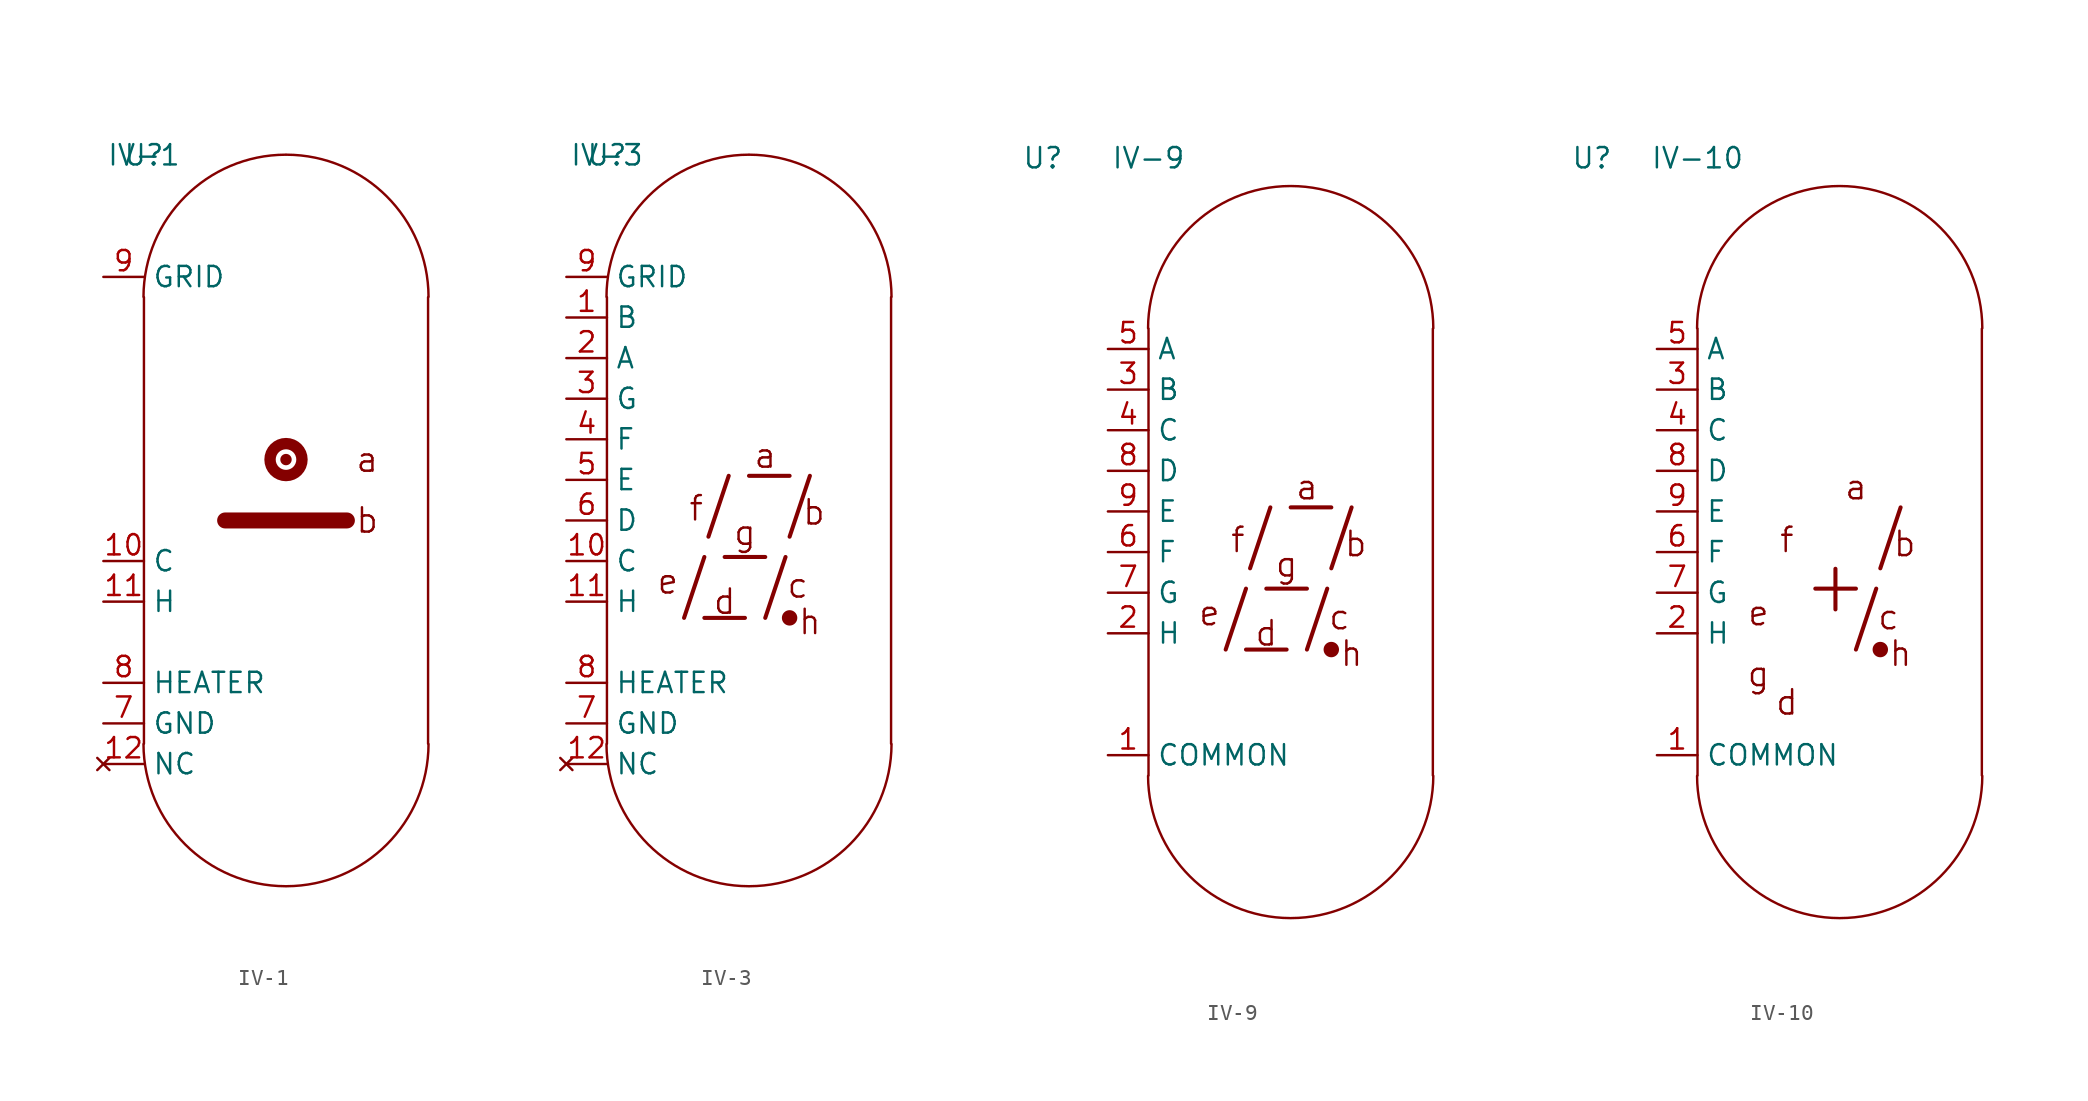
<source format=kicad_sym>
(kicad_symbol_lib
  (version 20231120)
  (generator "kicad_symbol_editor")
  (generator_version "8.0")
  (symbol "IV-1"
    (property "Reference" "U"
      (at 0 0 0)
      (effects (font (size 1.27 1.27))))
    (property "Value" "IV-1"
      (at 0 0 0)
      (effects (font (size 1.27 1.27))))
    (symbol "IV-1_0_0"
      (polyline (pts (xy 5.08 -22.86) (xy 12.7 -22.86)) (stroke (width 1) (type default)) (fill (type none)))
      (text "a" (at 13.97 -19.05 0) (effects (font (size 1.524 1.524))))
      (text "b" (at 13.97 -22.86 0) (effects (font (size 1.524 1.524))))
      (pin passive line (at -2.54 -25.4 0) (length 2.54) (name "C" (effects (font (size 1.27 1.27)))) (number "10" (effects (font (size 1.27 1.27)))))
      (pin passive line (at -2.54 -27.94 0) (length 2.54) (name "H" (effects (font (size 1.27 1.27)))) (number "11" (effects (font (size 1.27 1.27)))))
      (pin no_connect line (at -2.54 -38.1 0) (length 2.54) (name "NC" (effects (font (size 1.27 1.27)))) (number "12" (effects (font (size 1.27 1.27)))))
      (pin passive line (at -2.54 -35.56 0) (length 2.54) (name "GND" (effects (font (size 1.27 1.27)))) (number "7" (effects (font (size 1.27 1.27)))))
      (pin passive line (at -2.54 -33.02 0) (length 2.54) (name "HEATER" (effects (font (size 1.27 1.27)))) (number "8" (effects (font (size 1.27 1.27)))))
      (pin passive line (at -2.54 -7.62 0) (length 2.54) (name "GRID" (effects (font (size 1.27 1.27)))) (number "9" (effects (font (size 1.27 1.27))))))
    (symbol "IV-1_0_1"
      (arc (start -0.0281 -36.8581) (mid 2.5839 -43.136) (end 8.8619 -45.7481) (stroke (width 0.1524) (type default)) (fill (type none)))
      (polyline (pts (xy 0 -8.89) (xy 0 -36.83)) (stroke (width 0.152) (type default)) (fill (type none)))
      (polyline (pts (xy 17.78 -8.89) (xy 17.78 -36.83)) (stroke (width 0.152) (type default)) (fill (type none)))
      (arc (start 8.8619 0.0281) (mid 2.5839 -2.5839) (end -0.0281 -8.8619) (stroke (width 0.1524) (type default)) (fill (type none)))
      (circle (center 8.89 -19.05) (radius 0.356) (stroke (width 2) (type default)) (fill (type outline)))
      (arc (start 8.9181 -45.7481) (mid 15.1961 -43.1361) (end 17.8081 -36.8581) (stroke (width 0.1524) (type default)) (fill (type none)))
      (arc (start 17.8081 -8.8619) (mid 15.1961 -2.5839) (end 8.9181 0.0281) (stroke (width 0.1524) (type default)) (fill (type none)))))
  (symbol "IV-3"
    (property "Reference" "U"
      (at 0 0 0)
      (effects (font (size 1.27 1.27))))
    (property "Value" "IV-3"
      (at 0 0 0)
      (effects (font (size 1.27 1.27))))
    (symbol "IV-3_0_0"
      (polyline (pts (xy 4.826 -28.956) (xy 6.096 -25.146)) (stroke (width 0.254) (type default)) (fill (type none)))
      (polyline (pts (xy 6.096 -28.956) (xy 8.636 -28.956)) (stroke (width 0.254) (type default)) (fill (type none)))
      (polyline (pts (xy 6.35 -23.876) (xy 7.62 -20.066)) (stroke (width 0.254) (type default)) (fill (type none)))
      (polyline (pts (xy 7.366 -25.146) (xy 9.906 -25.146)) (stroke (width 0.254) (type default)) (fill (type none)))
      (polyline (pts (xy 8.89 -20.066) (xy 11.43 -20.066)) (stroke (width 0.254) (type default)) (fill (type none)))
      (polyline (pts (xy 9.906 -28.956) (xy 11.176 -25.146)) (stroke (width 0.254) (type default)) (fill (type none)))
      (polyline (pts (xy 11.43 -23.876) (xy 12.7 -20.066)) (stroke (width 0.254) (type default)) (fill (type none)))
      (text "a" (at 9.906 -18.796 0) (effects (font (size 1.524 1.524))))
      (text "b" (at 12.954 -22.352 0) (effects (font (size 1.524 1.524))))
      (text "c" (at 11.938 -26.924 0) (effects (font (size 1.524 1.524))))
      (text "d" (at 7.366 -27.94 0) (effects (font (size 1.524 1.524))))
      (text "e" (at 3.81 -26.67 0) (effects (font (size 1.524 1.524))))
      (text "f" (at 5.588 -22.098 0) (effects (font (size 1.524 1.524))))
      (text "g" (at 8.636 -23.622 0) (effects (font (size 1.524 1.524))))
      (text "h" (at 12.7 -29.21 0) (effects (font (size 1.524 1.524))))
      (pin passive line (at -2.54 -25.4 0) (length 2.54) (name "C" (effects (font (size 1.27 1.27)))) (number "10" (effects (font (size 1.27 1.27)))))
      (pin passive line (at -2.54 -27.94 0) (length 2.54) (name "H" (effects (font (size 1.27 1.27)))) (number "11" (effects (font (size 1.27 1.27)))))
      (pin no_connect line (at -2.54 -38.1 0) (length 2.54) (name "NC" (effects (font (size 1.27 1.27)))) (number "12" (effects (font (size 1.27 1.27)))))
      (pin passive line (at -2.54 -12.7 0) (length 2.54) (name "A" (effects (font (size 1.27 1.27)))) (number "2" (effects (font (size 1.27 1.27)))))
      (pin passive line (at -2.54 -15.24 0) (length 2.54) (name "G" (effects (font (size 1.27 1.27)))) (number "3" (effects (font (size 1.27 1.27)))))
      (pin passive line (at -2.54 -17.78 0) (length 2.54) (name "F" (effects (font (size 1.27 1.27)))) (number "4" (effects (font (size 1.27 1.27)))))
      (pin passive line (at -2.54 -20.32 0) (length 2.54) (name "E" (effects (font (size 1.27 1.27)))) (number "5" (effects (font (size 1.27 1.27)))))
      (pin passive line (at -2.54 -22.86 0) (length 2.54) (name "D" (effects (font (size 1.27 1.27)))) (number "6" (effects (font (size 1.27 1.27)))))
      (pin passive line (at -2.54 -35.56 0) (length 2.54) (name "GND" (effects (font (size 1.27 1.27)))) (number "7" (effects (font (size 1.27 1.27)))))
      (pin passive line (at -2.54 -33.02 0) (length 2.54) (name "HEATER" (effects (font (size 1.27 1.27)))) (number "8" (effects (font (size 1.27 1.27)))))
      (pin passive line (at -2.54 -7.62 0) (length 2.54) (name "GRID" (effects (font (size 1.27 1.27)))) (number "9" (effects (font (size 1.27 1.27))))))
    (symbol "IV-3_0_1"
      (arc (start -0.0281 -36.8581) (mid 2.5839 -43.136) (end 8.8619 -45.7481) (stroke (width 0.1524) (type default)) (fill (type none)))
      (polyline (pts (xy 0 -8.89) (xy 0 -36.83)) (stroke (width 0.152) (type default)) (fill (type none)))
      (polyline (pts (xy 17.78 -8.89) (xy 17.78 -36.83)) (stroke (width 0.152) (type default)) (fill (type none)))
      (arc (start 8.8619 0.0281) (mid 2.5839 -2.5839) (end -0.0281 -8.8619) (stroke (width 0.1524) (type default)) (fill (type none)))
      (arc (start 8.9181 -45.7481) (mid 15.1961 -43.1361) (end 17.8081 -36.8581) (stroke (width 0.1524) (type default)) (fill (type none)))
      (circle (center 11.43 -28.956) (radius 0.356) (stroke (width 0.254) (type default)) (fill (type outline)))
      (arc (start 17.8081 -8.8619) (mid 15.1961 -2.5839) (end 8.9181 0.0281) (stroke (width 0.1524) (type default)) (fill (type none))))
    (symbol "IV-3_1_1"
      (pin passive line (at -2.54 -10.16 0) (length 2.54) (name "B" (effects (font (size 1.27 1.27)))) (number "1" (effects (font (size 1.27 1.27)))))))
  (symbol "IV-9"
    (property "Reference" "U"
      (at -6.604 1.778 0)
      (effects (font (size 1.27 1.27))))
    (property "Value" "IV-9"
      (at 0 1.778 0)
      (effects (font (size 1.27 1.27))))
    (symbol "IV-9_0_0"
      (polyline (pts (xy 4.826 -28.956) (xy 6.096 -25.146)) (stroke (width 0.254) (type default)) (fill (type none)))
      (polyline (pts (xy 6.096 -28.956) (xy 8.636 -28.956)) (stroke (width 0.254) (type default)) (fill (type none)))
      (polyline (pts (xy 6.35 -23.876) (xy 7.62 -20.066)) (stroke (width 0.254) (type default)) (fill (type none)))
      (polyline (pts (xy 7.366 -25.146) (xy 9.906 -25.146)) (stroke (width 0.254) (type default)) (fill (type none)))
      (polyline (pts (xy 8.89 -20.066) (xy 11.43 -20.066)) (stroke (width 0.254) (type default)) (fill (type none)))
      (polyline (pts (xy 9.906 -28.956) (xy 11.176 -25.146)) (stroke (width 0.254) (type default)) (fill (type none)))
      (polyline (pts (xy 11.43 -23.876) (xy 12.7 -20.066)) (stroke (width 0.254) (type default)) (fill (type none)))
      (text "a" (at 9.906 -18.796 0) (effects (font (size 1.524 1.524))))
      (text "b" (at 12.954 -22.352 0) (effects (font (size 1.524 1.524))))
      (text "c" (at 11.938 -26.924 0) (effects (font (size 1.524 1.524))))
      (text "d" (at 7.366 -27.94 0) (effects (font (size 1.524 1.524))))
      (text "e" (at 3.81 -26.67 0) (effects (font (size 1.524 1.524))))
      (text "f" (at 5.588 -22.098 0) (effects (font (size 1.524 1.524))))
      (text "g" (at 8.636 -23.622 0) (effects (font (size 1.524 1.524))))
      (text "h" (at 12.7 -29.21 0) (effects (font (size 1.524 1.524))))
      (pin passive line (at -2.54 -15.24 0) (length 2.54) (name "C" (effects (font (size 1.27 1.27)))) (number "4" (effects (font (size 1.27 1.27)))))
      (pin passive line (at -2.54 -10.16 0) (length 2.54) (name "A" (effects (font (size 1.27 1.27)))) (number "5" (effects (font (size 1.27 1.27)))))
      (pin passive line (at -2.54 -22.86 0) (length 2.54) (name "F" (effects (font (size 1.27 1.27)))) (number "6" (effects (font (size 1.27 1.27)))))
      (pin passive line (at -2.54 -25.4 0) (length 2.54) (name "G" (effects (font (size 1.27 1.27)))) (number "7" (effects (font (size 1.27 1.27)))))
      (pin passive line (at -2.54 -17.78 0) (length 2.54) (name "D" (effects (font (size 1.27 1.27)))) (number "8" (effects (font (size 1.27 1.27)))))
      (pin passive line (at -2.54 -20.32 0) (length 2.54) (name "E" (effects (font (size 1.27 1.27)))) (number "9" (effects (font (size 1.27 1.27))))))
    (symbol "IV-9_0_1"
      (arc (start -0.0281 -36.8581) (mid 2.5839 -43.136) (end 8.8619 -45.7481) (stroke (width 0.1524) (type default)) (fill (type none)))
      (polyline (pts (xy 0 -8.89) (xy 0 -36.83)) (stroke (width 0.152) (type default)) (fill (type none)))
      (polyline (pts (xy 17.78 -8.89) (xy 17.78 -36.83)) (stroke (width 0.152) (type default)) (fill (type none)))
      (arc (start 8.8619 0.0281) (mid 2.5839 -2.5839) (end -0.0281 -8.8619) (stroke (width 0.1524) (type default)) (fill (type none)))
      (arc (start 8.9181 -45.7481) (mid 15.1961 -43.1361) (end 17.8081 -36.8581) (stroke (width 0.1524) (type default)) (fill (type none)))
      (circle (center 11.43 -28.956) (radius 0.356) (stroke (width 0.254) (type default)) (fill (type outline)))
      (arc (start 17.8081 -8.8619) (mid 15.1961 -2.5839) (end 8.9181 0.0281) (stroke (width 0.1524) (type default)) (fill (type none))))
    (symbol "IV-9_1_0"
      (pin passive line (at -2.54 -35.56 0) (length 2.54) (name "COMMON" (effects (font (size 1.27 1.27)))) (number "1" (effects (font (size 1.27 1.27)))))
      (pin passive line (at -2.54 -27.94 0) (length 2.54) (name "H" (effects (font (size 1.27 1.27)))) (number "2" (effects (font (size 1.27 1.27))))))
    (symbol "IV-9_1_1"
      (pin passive line (at -2.54 -12.7 0) (length 2.54) (name "B" (effects (font (size 1.27 1.27)))) (number "3" (effects (font (size 1.27 1.27)))))))
  (symbol "IV-10"
    (property "Reference" "U"
      (at -6.604 1.778 0)
      (effects (font (size 1.27 1.27))))
    (property "Value" "IV-10"
      (at 0 1.778 0)
      (effects (font (size 1.27 1.27))))
    (symbol "IV-10_0_0"
      (polyline (pts (xy 7.366 -25.146) (xy 9.906 -25.146)) (stroke (width 0.254) (type default)) (fill (type none)))
      (polyline (pts (xy 8.625 -26.445) (xy 8.625 -23.905)) (stroke (width 0.254) (type default)) (fill (type none)))
      (polyline (pts (xy 9.906 -28.956) (xy 11.176 -25.146)) (stroke (width 0.254) (type default)) (fill (type none)))
      (polyline (pts (xy 11.43 -23.876) (xy 12.7 -20.066)) (stroke (width 0.254) (type default)) (fill (type none)))
      (text "a" (at 9.906 -18.796 0) (effects (font (size 1.524 1.524))))
      (text "b" (at 12.954 -22.352 0) (effects (font (size 1.524 1.524))))
      (text "c" (at 11.938 -26.924 0) (effects (font (size 1.524 1.524))))
      (text "d" (at 5.588 -32.258 0) (effects (font (size 1.524 1.524))))
      (text "e" (at 3.81 -26.67 0) (effects (font (size 1.524 1.524))))
      (text "f" (at 5.588 -22.098 0) (effects (font (size 1.524 1.524))))
      (text "g" (at 3.81 -30.48 0) (effects (font (size 1.524 1.524))))
      (text "h" (at 12.7 -29.21 0) (effects (font (size 1.524 1.524))))
      (pin passive line (at -2.54 -15.24 0) (length 2.54) (name "C" (effects (font (size 1.27 1.27)))) (number "4" (effects (font (size 1.27 1.27)))))
      (pin passive line (at -2.54 -10.16 0) (length 2.54) (name "A" (effects (font (size 1.27 1.27)))) (number "5" (effects (font (size 1.27 1.27)))))
      (pin passive line (at -2.54 -22.86 0) (length 2.54) (name "F" (effects (font (size 1.27 1.27)))) (number "6" (effects (font (size 1.27 1.27)))))
      (pin passive line (at -2.54 -25.4 0) (length 2.54) (name "G" (effects (font (size 1.27 1.27)))) (number "7" (effects (font (size 1.27 1.27)))))
      (pin passive line (at -2.54 -17.78 0) (length 2.54) (name "D" (effects (font (size 1.27 1.27)))) (number "8" (effects (font (size 1.27 1.27)))))
      (pin passive line (at -2.54 -20.32 0) (length 2.54) (name "E" (effects (font (size 1.27 1.27)))) (number "9" (effects (font (size 1.27 1.27))))))
    (symbol "IV-10_0_1"
      (arc (start -0.0281 -36.8581) (mid 2.5839 -43.136) (end 8.8619 -45.7481) (stroke (width 0.1524) (type default)) (fill (type none)))
      (polyline (pts (xy 0 -8.89) (xy 0 -36.83)) (stroke (width 0.152) (type default)) (fill (type none)))
      (polyline (pts (xy 17.78 -8.89) (xy 17.78 -36.83)) (stroke (width 0.152) (type default)) (fill (type none)))
      (arc (start 8.8619 0.0281) (mid 2.5839 -2.5839) (end -0.0281 -8.8619) (stroke (width 0.1524) (type default)) (fill (type none)))
      (arc (start 8.9181 -45.7481) (mid 15.1961 -43.1361) (end 17.8081 -36.8581) (stroke (width 0.1524) (type default)) (fill (type none)))
      (circle (center 11.43 -28.956) (radius 0.356) (stroke (width 0.254) (type default)) (fill (type outline)))
      (arc (start 17.8081 -8.8619) (mid 15.1961 -2.5839) (end 8.9181 0.0281) (stroke (width 0.1524) (type default)) (fill (type none))))
    (symbol "IV-10_1_0"
      (pin passive line (at -2.54 -35.56 0) (length 2.54) (name "COMMON" (effects (font (size 1.27 1.27)))) (number "1" (effects (font (size 1.27 1.27)))))
      (pin passive line (at -2.54 -27.94 0) (length 2.54) (name "H" (effects (font (size 1.27 1.27)))) (number "2" (effects (font (size 1.27 1.27))))))
    (symbol "IV-10_1_1"
      (pin passive line (at -2.54 -12.7 0) (length 2.54) (name "B" (effects (font (size 1.27 1.27)))) (number "3" (effects (font (size 1.27 1.27))))))))
</source>
